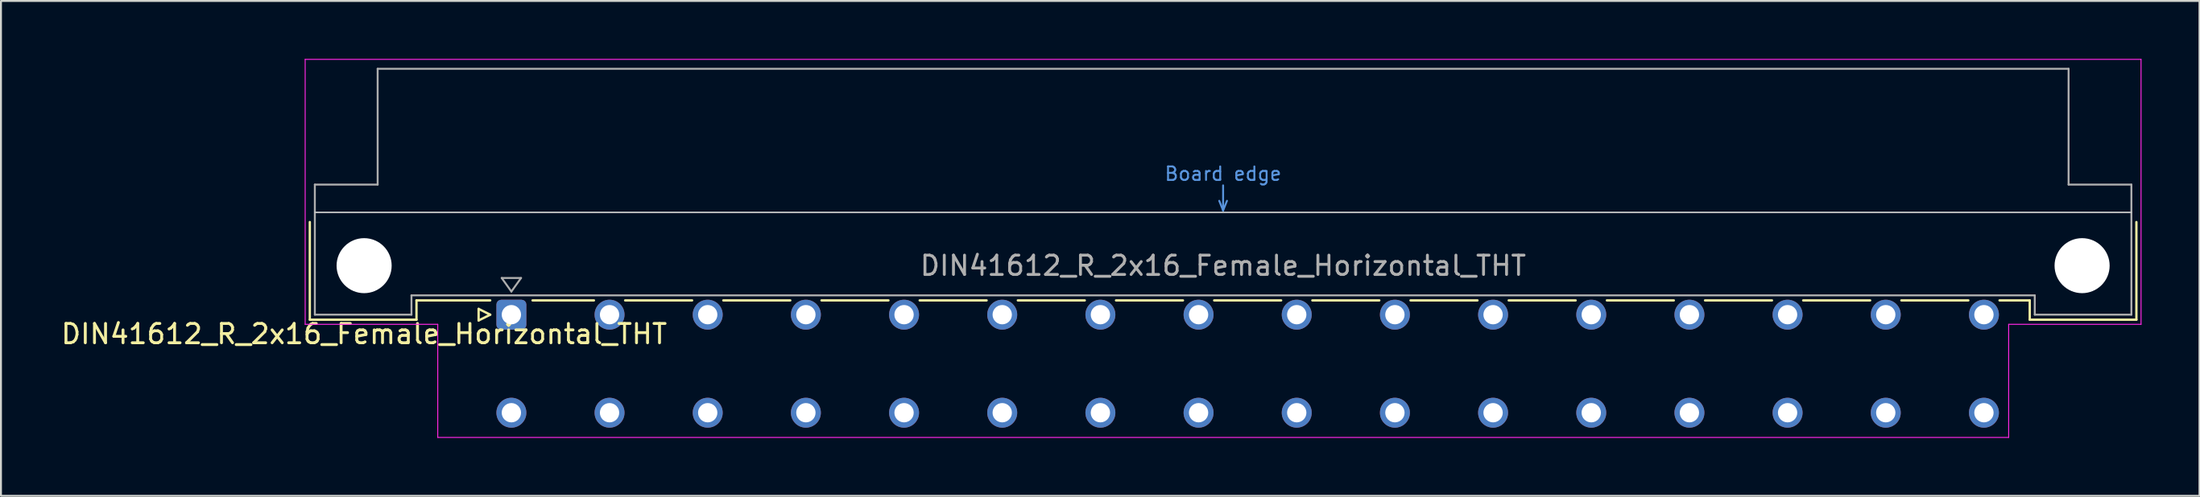
<source format=kicad_pcb>
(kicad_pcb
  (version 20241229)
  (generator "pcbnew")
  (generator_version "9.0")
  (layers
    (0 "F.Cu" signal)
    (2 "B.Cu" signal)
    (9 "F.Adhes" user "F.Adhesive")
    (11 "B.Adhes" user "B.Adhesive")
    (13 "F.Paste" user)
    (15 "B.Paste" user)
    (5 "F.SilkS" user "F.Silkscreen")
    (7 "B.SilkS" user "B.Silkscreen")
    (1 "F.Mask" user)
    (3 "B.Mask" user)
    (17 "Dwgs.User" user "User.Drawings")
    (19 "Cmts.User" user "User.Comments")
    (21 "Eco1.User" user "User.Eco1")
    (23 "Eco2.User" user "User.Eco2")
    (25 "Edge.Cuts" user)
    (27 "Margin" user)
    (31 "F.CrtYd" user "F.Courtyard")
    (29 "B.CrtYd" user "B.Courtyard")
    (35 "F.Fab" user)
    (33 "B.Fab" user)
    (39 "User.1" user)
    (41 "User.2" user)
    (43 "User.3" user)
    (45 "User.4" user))
  (footprint "DIN41612_R_2x16_Female_Horizontal_THT"
    (layer "F.Cu")
    (at 20.872 13.255)
    (property "Reference" "DIN41612_R_2x16_Female_Horizontal_THT" (at -5.08 1 0) (layer "F.SilkS") (effects (font (size 1 1) (thickness 0.15))))
    (attr through_hole)
    (fp_line (start -7.89 -4.8) (end -7.89 0.26) (stroke (width 0.12) (type solid)) (layer "F.SilkS"))
    (fp_line (start -7.89 0.26) (end -2.37 0.26) (stroke (width 0.12) (type solid)) (layer "F.SilkS"))
    (fp_line (start -2.37 -0.74) (end 1.445 -0.74) (stroke (width 0.12) (type solid)) (layer "F.SilkS"))
    (fp_line (start -2.37 0.26) (end -2.37 -0.74) (stroke (width 0.12) (type solid)) (layer "F.SilkS"))
    (fp_line (start 0.845 -0.3) (end 0.845 0.3) (stroke (width 0.12) (type solid)) (layer "F.SilkS"))
    (fp_line (start 0.845 0.3) (end 1.445 0) (stroke (width 0.12) (type solid)) (layer "F.SilkS"))
    (fp_line (start 1.445 0) (end 0.845 -0.3) (stroke (width 0.12) (type solid)) (layer "F.SilkS"))
    (fp_line (start 3.635 -0.74) (end 6.813 -0.74) (stroke (width 0.12) (type solid)) (layer "F.SilkS"))
    (fp_line (start 8.427 -0.74) (end 11.893 -0.74) (stroke (width 0.12) (type solid)) (layer "F.SilkS"))
    (fp_line (start 13.507 -0.74) (end 16.973 -0.74) (stroke (width 0.12) (type solid)) (layer "F.SilkS"))
    (fp_line (start 18.587 -0.74) (end 22.053 -0.74) (stroke (width 0.12) (type solid)) (layer "F.SilkS"))
    (fp_line (start 23.667 -0.74) (end 27.133 -0.74) (stroke (width 0.12) (type solid)) (layer "F.SilkS"))
    (fp_line (start 28.747 -0.74) (end 32.213 -0.74) (stroke (width 0.12) (type solid)) (layer "F.SilkS"))
    (fp_line (start 33.827 -0.74) (end 37.293 -0.74) (stroke (width 0.12) (type solid)) (layer "F.SilkS"))
    (fp_line (start 38.907 -0.74) (end 42.373 -0.74) (stroke (width 0.12) (type solid)) (layer "F.SilkS"))
    (fp_line (start 43.987 -0.74) (end 47.453 -0.74) (stroke (width 0.12) (type solid)) (layer "F.SilkS"))
    (fp_line (start 49.067 -0.74) (end 52.533 -0.74) (stroke (width 0.12) (type solid)) (layer "F.SilkS"))
    (fp_line (start 54.147 -0.74) (end 57.613 -0.74) (stroke (width 0.12) (type solid)) (layer "F.SilkS"))
    (fp_line (start 59.227 -0.74) (end 62.693 -0.74) (stroke (width 0.12) (type solid)) (layer "F.SilkS"))
    (fp_line (start 64.307 -0.74) (end 67.773 -0.74) (stroke (width 0.12) (type solid)) (layer "F.SilkS"))
    (fp_line (start 69.387 -0.74) (end 72.853 -0.74) (stroke (width 0.12) (type solid)) (layer "F.SilkS"))
    (fp_line (start 74.467 -0.74) (end 77.933 -0.74) (stroke (width 0.12) (type solid)) (layer "F.SilkS"))
    (fp_line (start 79.547 -0.74) (end 81.11 -0.74) (stroke (width 0.12) (type solid)) (layer "F.SilkS"))
    (fp_line (start 81.11 0.26) (end 81.11 -0.74) (stroke (width 0.12) (type solid)) (layer "F.SilkS"))
    (fp_line (start 86.63 -4.8) (end 86.63 0.26) (stroke (width 0.12) (type solid)) (layer "F.SilkS"))
    (fp_line (start 86.63 0.26) (end 81.11 0.26) (stroke (width 0.12) (type solid)) (layer "F.SilkS"))
    (fp_line (start -7.63 -5.3) (end 86.37 -5.3) (stroke (width 0.08) (type solid)) (layer "Dwgs.User"))
    (fp_line (start 39.17 -5.9) (end 39.37 -5.4) (stroke (width 0.1) (type solid)) (layer "Cmts.User"))
    (fp_line (start 39.37 -5.4) (end 39.37 -6.7) (stroke (width 0.1) (type solid)) (layer "Cmts.User"))
    (fp_line (start 39.37 -5.4) (end 39.57 -5.9) (stroke (width 0.1) (type solid)) (layer "Cmts.User"))
    (fp_line (start -8.13 -13.23) (end -8.13 0.5) (stroke (width 0.05) (type solid)) (layer "F.CrtYd"))
    (fp_line (start -8.13 0.5) (end -1.27 0.5) (stroke (width 0.05) (type solid)) (layer "F.CrtYd"))
    (fp_line (start -1.27 0.5) (end -1.27 6.36) (stroke (width 0.05) (type solid)) (layer "F.CrtYd"))
    (fp_line (start -1.27 6.36) (end 80.02 6.36) (stroke (width 0.05) (type solid)) (layer "F.CrtYd"))
    (fp_line (start 80.02 0.5) (end 86.87 0.5) (stroke (width 0.05) (type solid)) (layer "F.CrtYd"))
    (fp_line (start 80.02 6.36) (end 80.02 0.5) (stroke (width 0.05) (type solid)) (layer "F.CrtYd"))
    (fp_line (start 86.87 -13.23) (end -8.13 -13.23) (stroke (width 0.05) (type solid)) (layer "F.CrtYd"))
    (fp_line (start 86.87 0.5) (end 86.87 -13.23) (stroke (width 0.05) (type solid)) (layer "F.CrtYd"))
    (fp_line (start -7.63 -6.74) (end -7.63 0) (stroke (width 0.1) (type solid)) (layer "F.Fab"))
    (fp_line (start -7.63 0) (end -2.63 0) (stroke (width 0.1) (type solid)) (layer "F.Fab"))
    (fp_line (start -4.38 -12.74) (end -4.38 -6.74) (stroke (width 0.1) (type solid)) (layer "F.Fab"))
    (fp_line (start -4.38 -6.74) (end -7.63 -6.74) (stroke (width 0.1) (type solid)) (layer "F.Fab"))
    (fp_line (start -2.63 -1) (end 81.37 -1) (stroke (width 0.1) (type solid)) (layer "F.Fab"))
    (fp_line (start -2.63 0) (end -2.63 -1) (stroke (width 0.1) (type solid)) (layer "F.Fab"))
    (fp_line (start 2.04 -1.9) (end 3.04 -1.9) (stroke (width 0.1) (type solid)) (layer "F.Fab"))
    (fp_line (start 2.54 -1.2) (end 2.04 -1.9) (stroke (width 0.1) (type solid)) (layer "F.Fab"))
    (fp_line (start 3.04 -1.9) (end 2.54 -1.2) (stroke (width 0.1) (type solid)) (layer "F.Fab"))
    (fp_line (start 81.37 -1) (end 81.37 0) (stroke (width 0.1) (type solid)) (layer "F.Fab"))
    (fp_line (start 81.37 0) (end 86.37 0) (stroke (width 0.1) (type solid)) (layer "F.Fab"))
    (fp_line (start 83.12 -12.74) (end -4.38 -12.74) (stroke (width 0.1) (type solid)) (layer "F.Fab"))
    (fp_line (start 83.12 -6.74) (end 83.12 -12.74) (stroke (width 0.1) (type solid)) (layer "F.Fab"))
    (fp_line (start 86.37 -6.74) (end 83.12 -6.74) (stroke (width 0.1) (type solid)) (layer "F.Fab"))
    (fp_line (start 86.37 0) (end 86.37 -6.74) (stroke (width 0.1) (type solid)) (layer "F.Fab"))
    (fp_text user "Board edge" (at 39.37 -7.3 0) (layer "Cmts.User") (effects (font (size 0.7 0.7) (thickness 0.1))))
    (fp_text user "${REFERENCE}" (at 39.37 -2.54 0) (layer "F.Fab") (effects (font (size 1 1) (thickness 0.15))))
    (pad "" np_thru_hole circle (at -5.08 -2.54) (size 2.85 2.85) (drill 2.85) (layers "*.Cu" "*.Mask"))
    (pad "" np_thru_hole circle (at 83.82 -2.54) (size 2.85 2.85) (drill 2.85) (layers "*.Cu" "*.Mask"))
    (pad "a2" thru_hole roundrect (at 2.54 0) (size 1.55 1.55) (drill 1) (layers "*.Cu" "*.Mask") (roundrect_rratio 0.161))
    (pad "a4" thru_hole circle (at 7.62 0) (size 1.55 1.55) (drill 1) (layers "*.Cu" "*.Mask"))
    (pad "a6" thru_hole circle (at 12.7 0) (size 1.55 1.55) (drill 1) (layers "*.Cu" "*.Mask"))
    (pad "a8" thru_hole circle (at 17.78 0) (size 1.55 1.55) (drill 1) (layers "*.Cu" "*.Mask"))
    (pad "a10" thru_hole circle (at 22.86 0) (size 1.55 1.55) (drill 1) (layers "*.Cu" "*.Mask"))
    (pad "a12" thru_hole circle (at 27.94 0) (size 1.55 1.55) (drill 1) (layers "*.Cu" "*.Mask"))
    (pad "a14" thru_hole circle (at 33.02 0) (size 1.55 1.55) (drill 1) (layers "*.Cu" "*.Mask"))
    (pad "a16" thru_hole circle (at 38.1 0) (size 1.55 1.55) (drill 1) (layers "*.Cu" "*.Mask"))
    (pad "a18" thru_hole circle (at 43.18 0) (size 1.55 1.55) (drill 1) (layers "*.Cu" "*.Mask"))
    (pad "a20" thru_hole circle (at 48.26 0) (size 1.55 1.55) (drill 1) (layers "*.Cu" "*.Mask"))
    (pad "a22" thru_hole circle (at 53.34 0) (size 1.55 1.55) (drill 1) (layers "*.Cu" "*.Mask"))
    (pad "a24" thru_hole circle (at 58.42 0) (size 1.55 1.55) (drill 1) (layers "*.Cu" "*.Mask"))
    (pad "a26" thru_hole circle (at 63.5 0) (size 1.55 1.55) (drill 1) (layers "*.Cu" "*.Mask"))
    (pad "a28" thru_hole circle (at 68.58 0) (size 1.55 1.55) (drill 1) (layers "*.Cu" "*.Mask"))
    (pad "a30" thru_hole circle (at 73.66 0) (size 1.55 1.55) (drill 1) (layers "*.Cu" "*.Mask"))
    (pad "a32" thru_hole circle (at 78.74 0) (size 1.55 1.55) (drill 1) (layers "*.Cu" "*.Mask"))
    (pad "c2" thru_hole circle (at 2.54 5.08) (size 1.55 1.55) (drill 1) (layers "*.Cu" "*.Mask"))
    (pad "c4" thru_hole circle (at 7.62 5.08) (size 1.55 1.55) (drill 1) (layers "*.Cu" "*.Mask"))
    (pad "c6" thru_hole circle (at 12.7 5.08) (size 1.55 1.55) (drill 1) (layers "*.Cu" "*.Mask"))
    (pad "c8" thru_hole circle (at 17.78 5.08) (size 1.55 1.55) (drill 1) (layers "*.Cu" "*.Mask"))
    (pad "c10" thru_hole circle (at 22.86 5.08) (size 1.55 1.55) (drill 1) (layers "*.Cu" "*.Mask"))
    (pad "c12" thru_hole circle (at 27.94 5.08) (size 1.55 1.55) (drill 1) (layers "*.Cu" "*.Mask"))
    (pad "c14" thru_hole circle (at 33.02 5.08) (size 1.55 1.55) (drill 1) (layers "*.Cu" "*.Mask"))
    (pad "c16" thru_hole circle (at 38.1 5.08) (size 1.55 1.55) (drill 1) (layers "*.Cu" "*.Mask"))
    (pad "c18" thru_hole circle (at 43.18 5.08) (size 1.55 1.55) (drill 1) (layers "*.Cu" "*.Mask"))
    (pad "c20" thru_hole circle (at 48.26 5.08) (size 1.55 1.55) (drill 1) (layers "*.Cu" "*.Mask"))
    (pad "c22" thru_hole circle (at 53.34 5.08) (size 1.55 1.55) (drill 1) (layers "*.Cu" "*.Mask"))
    (pad "c24" thru_hole circle (at 58.42 5.08) (size 1.55 1.55) (drill 1) (layers "*.Cu" "*.Mask"))
    (pad "c26" thru_hole circle (at 63.5 5.08) (size 1.55 1.55) (drill 1) (layers "*.Cu" "*.Mask"))
    (pad "c28" thru_hole circle (at 68.58 5.08) (size 1.55 1.55) (drill 1) (layers "*.Cu" "*.Mask"))
    (pad "c30" thru_hole circle (at 73.66 5.08) (size 1.55 1.55) (drill 1) (layers "*.Cu" "*.Mask"))
    (pad "c32" thru_hole circle (at 78.74 5.08) (size 1.55 1.55) (drill 1) (layers "*.Cu" "*.Mask")))
  (gr_rect
    (start -3 -3)
    (end 110.767 22.64)
    (stroke (width 0.1) (type default))
    (fill no)
    (layer "Edge.Cuts")))
</source>
